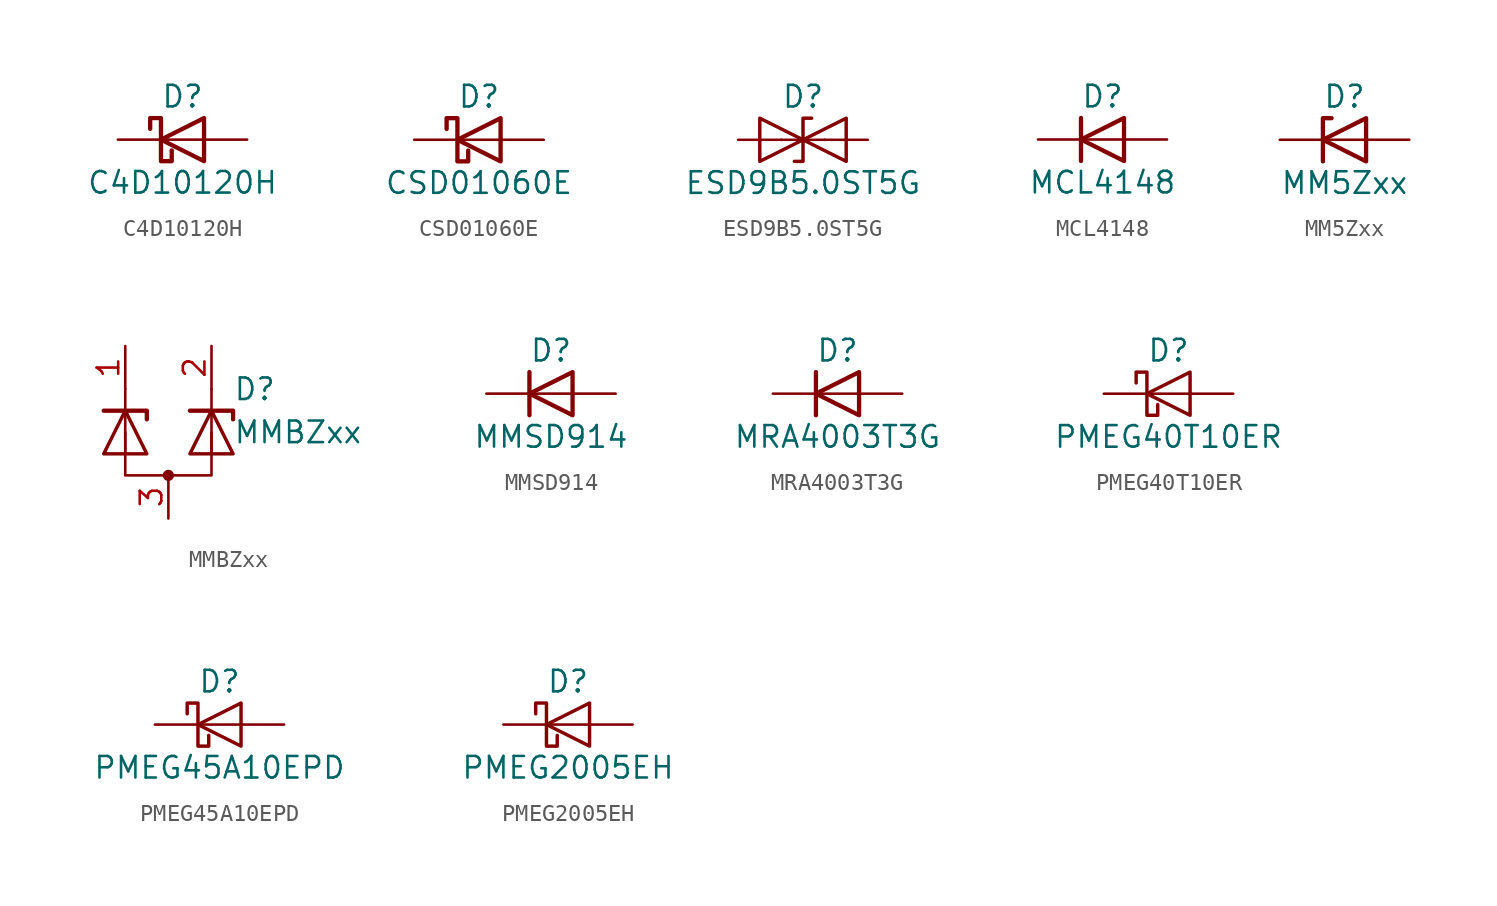
<source format=kicad_sym>
(kicad_symbol_lib
  (version 20201005)
  (generator kicad_symbol_editor)
  (symbol "Diode:C4D10120H"
    (pin_numbers hide)
    (pin_names
      (offset 1.016) hide)
    (property "Reference" "D"
      (at 0 2.54 0)
      (effects (font (size 1.27 1.27))))
    (property "Value" "C4D10120H"
      (at 0 -2.54 0)
      (effects (font (size 1.27 1.27))))
    (symbol "C4D10120H_0_1"
      (polyline (pts (xy 1.27 0) (xy -1.27 0)) (stroke (width 0)) (fill (type none)))
      (polyline (pts (xy 1.27 1.27) (xy 1.27 -1.27) (xy -1.27 0) (xy 1.27 1.27)) (stroke (width 0.254)) (fill (type none)))
      (polyline (pts (xy -1.905 0.635) (xy -1.905 1.27) (xy -1.27 1.27) (xy -1.27 -1.27) (xy -0.635 -1.27) (xy -0.635 -0.635)) (stroke (width 0.254)) (fill (type none))))
    (symbol "C4D10120H_1_1"
      (pin passive line (at -3.81 0 0) (length 2.54) (name "K" (effects (font (size 1.27 1.27)))) (number "1" (effects (font (size 1.27 1.27)))))
      (pin passive line (at 3.81 0 180) (length 2.54) (name "A" (effects (font (size 1.27 1.27)))) (number "2" (effects (font (size 1.27 1.27)))))))
  (symbol "Diode:CSD01060E"
    (pin_numbers hide)
    (pin_names
      (offset 1.016) hide)
    (property "Reference" "D"
      (at 0 2.54 0)
      (effects (font (size 1.27 1.27))))
    (property "Value" "CSD01060E"
      (at 0 -2.54 0)
      (effects (font (size 1.27 1.27))))
    (symbol "CSD01060E_0_1"
      (polyline (pts (xy 1.27 0) (xy -1.27 0)) (stroke (width 0)) (fill (type none)))
      (polyline (pts (xy 1.27 1.27) (xy 1.27 -1.27) (xy -1.27 0) (xy 1.27 1.27)) (stroke (width 0.254)) (fill (type none)))
      (polyline (pts (xy -1.905 0.635) (xy -1.905 1.27) (xy -1.27 1.27) (xy -1.27 -1.27) (xy -0.635 -1.27) (xy -0.635 -0.635)) (stroke (width 0.254)) (fill (type none))))
    (symbol "CSD01060E_1_1"
      (pin passive line (at -3.81 0 0) (length 2.54) (name "K" (effects (font (size 1.27 1.27)))) (number "1" (effects (font (size 1.27 1.27)))))
      (pin passive line (at 3.81 0 180) (length 2.54) (name "A" (effects (font (size 1.27 1.27)))) (number "2" (effects (font (size 1.27 1.27)))))))
  (symbol "Diode:ESD9B5.0ST5G"
    (pin_numbers hide)
    (pin_names
      (offset 1.016) hide)
    (property "Reference" "D"
      (at 0 2.54 0)
      (effects (font (size 1.27 1.27))))
    (property "Value" "ESD9B5.0ST5G"
      (at 0 -2.54 0)
      (effects (font (size 1.27 1.27))))
    (symbol "ESD9B5.0ST5G_0_1"
      (polyline (pts (xy 1.27 0) (xy -1.27 0)) (stroke (width 0)) (fill (type none)))
      (polyline (pts (xy -2.54 -1.27) (xy 0 0) (xy -2.54 1.27) (xy -2.54 -1.27)) (stroke (width 0.203)) (fill (type none)))
      (polyline (pts (xy 0.508 1.27) (xy 0 1.27) (xy 0 -1.27) (xy -0.508 -1.27)) (stroke (width 0.203)) (fill (type none)))
      (polyline (pts (xy 2.54 1.27) (xy 2.54 -1.27) (xy 0 0) (xy 2.54 1.27)) (stroke (width 0.203)) (fill (type none))))
    (symbol "ESD9B5.0ST5G_1_1"
      (pin passive line (at -3.81 0 0) (length 2.54) (name "A1" (effects (font (size 1.27 1.27)))) (number "1" (effects (font (size 1.27 1.27)))))
      (pin passive line (at 3.81 0 180) (length 2.54) (name "A2" (effects (font (size 1.27 1.27)))) (number "2" (effects (font (size 1.27 1.27)))))))
  (symbol "Diode:MCL4148"
    (pin_numbers hide)
    (pin_names hide)
    (property "Reference" "D"
      (at 0 2.54 0)
      (effects (font (size 1.27 1.27))))
    (property "Value" "MCL4148"
      (at 0 -2.54 0)
      (effects (font (size 1.27 1.27))))
    (symbol "MCL4148_0_1"
      (polyline (pts (xy -1.27 1.27) (xy -1.27 -1.27)) (stroke (width 0.254)) (fill (type none)))
      (polyline (pts (xy 1.27 0) (xy -1.27 0)) (stroke (width 0)) (fill (type none)))
      (polyline (pts (xy 1.27 1.27) (xy 1.27 -1.27) (xy -1.27 0) (xy 1.27 1.27)) (stroke (width 0.254)) (fill (type none))))
    (symbol "MCL4148_1_1"
      (pin passive line (at -3.81 0 0) (length 2.54) (name "K" (effects (font (size 1.27 1.27)))) (number "1" (effects (font (size 1.27 1.27)))))
      (pin passive line (at 3.81 0 180) (length 2.54) (name "A" (effects (font (size 1.27 1.27)))) (number "2" (effects (font (size 1.27 1.27)))))))
  (symbol "Diode:MM5Zxx"
    (pin_numbers hide)
    (pin_names
      (offset 1.016) hide)
    (property "Reference" "D"
      (at 0 2.54 0)
      (effects (font (size 1.27 1.27))))
    (property "Value" "MM5Zxx"
      (at 0 -2.54 0)
      (effects (font (size 1.27 1.27))))
    (symbol "MM5Zxx_0_1"
      (polyline (pts (xy 1.27 0) (xy -1.27 0)) (stroke (width 0)) (fill (type none)))
      (polyline (pts (xy -1.27 -1.27) (xy -1.27 1.27) (xy -0.762 1.27)) (stroke (width 0.254)) (fill (type none)))
      (polyline (pts (xy 1.27 -1.27) (xy 1.27 1.27) (xy -1.27 0) (xy 1.27 -1.27)) (stroke (width 0.254)) (fill (type none))))
    (symbol "MM5Zxx_1_1"
      (pin passive line (at -3.81 0 0) (length 2.54) (name "K" (effects (font (size 1.27 1.27)))) (number "1" (effects (font (size 1.27 1.27)))))
      (pin passive line (at 3.81 0 180) (length 2.54) (name "A" (effects (font (size 1.27 1.27)))) (number "2" (effects (font (size 1.27 1.27)))))))
  (symbol "Diode:MMBZxx"
    (pin_names
      (offset 1.016) hide)
    (property "Reference" "D"
      (at 3.81 2.54 0)
      (effects (font (size 1.27 1.27)) (justify left)))
    (property "Value" "MMBZxx"
      (at 3.81 0 0)
      (effects (font (size 1.27 1.27)) (justify left)))
    (symbol "MMBZxx_0_1"
      (circle (center 0 -2.54) (radius 0.254) (stroke (width 0)) (fill (type outline)))
      (polyline (pts (xy -2.54 -1.27) (xy -2.54 2.54)) (stroke (width 0)) (fill (type none)))
      (polyline (pts (xy 2.54 -1.27) (xy 2.54 2.54)) (stroke (width 0)) (fill (type none)))
      (polyline (pts (xy -3.81 1.27) (xy -1.27 1.27) (xy -1.27 0.762)) (stroke (width 0.254)) (fill (type none)))
      (polyline (pts (xy 1.27 1.27) (xy 3.81 1.27) (xy 3.81 0.762)) (stroke (width 0.254)) (fill (type none)))
      (polyline (pts (xy -2.54 0) (xy -2.54 -2.54) (xy 2.54 -2.54) (xy 2.54 0)) (stroke (width 0)) (fill (type none))))
    (symbol "MMBZxx_1_1"
      (polyline (pts (xy -3.81 -1.27) (xy -1.27 -1.27) (xy -2.54 1.27) (xy -3.81 -1.27)) (stroke (width 0.203)) (fill (type none)))
      (polyline (pts (xy 1.27 -1.27) (xy 3.81 -1.27) (xy 2.54 1.27) (xy 1.27 -1.27)) (stroke (width 0.203)) (fill (type none)))
      (pin passive line (at -2.54 5.08 270) (length 2.54) (name "K" (effects (font (size 1.27 1.27)))) (number "1" (effects (font (size 1.27 1.27)))))
      (pin passive line (at 2.54 5.08 270) (length 2.54) (name "K" (effects (font (size 1.27 1.27)))) (number "2" (effects (font (size 1.27 1.27)))))
      (pin passive line (at 0 -5.08 90) (length 2.54) (name "A" (effects (font (size 1.27 1.27)))) (number "3" (effects (font (size 1.27 1.27)))))))
  (symbol "Diode:MMSD914"
    (pin_numbers hide)
    (pin_names
      (offset 1.016) hide)
    (property "Reference" "D"
      (at 0 2.54 0)
      (effects (font (size 1.27 1.27))))
    (property "Value" "MMSD914"
      (at 0 -2.54 0)
      (effects (font (size 1.27 1.27))))
    (symbol "MMSD914_0_1"
      (polyline (pts (xy -1.27 1.27) (xy -1.27 -1.27)) (stroke (width 0.254)) (fill (type none)))
      (polyline (pts (xy 1.27 0) (xy -1.27 0)) (stroke (width 0)) (fill (type none)))
      (polyline (pts (xy 1.27 1.27) (xy 1.27 -1.27) (xy -1.27 0) (xy 1.27 1.27)) (stroke (width 0.254)) (fill (type none))))
    (symbol "MMSD914_1_1"
      (pin passive line (at -3.81 0 0) (length 2.54) (name "K" (effects (font (size 1.27 1.27)))) (number "1" (effects (font (size 1.27 1.27)))))
      (pin passive line (at 3.81 0 180) (length 2.54) (name "A" (effects (font (size 1.27 1.27)))) (number "2" (effects (font (size 1.27 1.27)))))))
  (symbol "Diode:MRA4003T3G"
    (pin_numbers hide)
    (pin_names
      (offset 1.016) hide)
    (property "Reference" "D"
      (at 0 2.54 0)
      (effects (font (size 1.27 1.27))))
    (property "Value" "MRA4003T3G"
      (at 0 -2.54 0)
      (effects (font (size 1.27 1.27))))
    (symbol "MRA4003T3G_0_1"
      (polyline (pts (xy -1.27 1.27) (xy -1.27 -1.27)) (stroke (width 0.254)) (fill (type none)))
      (polyline (pts (xy 1.27 0) (xy -1.27 0)) (stroke (width 0)) (fill (type none)))
      (polyline (pts (xy 1.27 1.27) (xy 1.27 -1.27) (xy -1.27 0) (xy 1.27 1.27)) (stroke (width 0.254)) (fill (type none))))
    (symbol "MRA4003T3G_1_1"
      (pin passive line (at -3.81 0 0) (length 2.54) (name "K" (effects (font (size 1.27 1.27)))) (number "1" (effects (font (size 1.27 1.27)))))
      (pin passive line (at 3.81 0 180) (length 2.54) (name "A" (effects (font (size 1.27 1.27)))) (number "2" (effects (font (size 1.27 1.27)))))))
  (symbol "Diode:PMEG40T10ER"
    (pin_numbers hide)
    (pin_names hide)
    (property "Reference" "D"
      (at 0 2.54 0)
      (effects (font (size 1.27 1.27))))
    (property "Value" "PMEG40T10ER"
      (at 0 -2.54 0)
      (effects (font (size 1.27 1.27))))
    (symbol "PMEG40T10ER_0_1"
      (polyline (pts (xy 1.27 0) (xy -1.27 0)) (stroke (width 0)) (fill (type none)))
      (polyline (pts (xy 1.27 1.27) (xy 1.27 -1.27) (xy -1.27 0) (xy 1.27 1.27)) (stroke (width 0.203)) (fill (type none)))
      (polyline (pts (xy -1.905 0.635) (xy -1.905 1.27) (xy -1.27 1.27) (xy -1.27 -1.27) (xy -0.635 -1.27) (xy -0.635 -0.635)) (stroke (width 0.203)) (fill (type none))))
    (symbol "PMEG40T10ER_1_1"
      (pin passive line (at -3.81 0 0) (length 2.54) (name "K" (effects (font (size 1.27 1.27)))) (number "1" (effects (font (size 1.27 1.27)))))
      (pin passive line (at 3.81 0 180) (length 2.54) (name "A" (effects (font (size 1.27 1.27)))) (number "2" (effects (font (size 1.27 1.27)))))))
  (symbol "Diode:PMEG45A10EPD"
    (pin_numbers hide)
    (pin_names hide)
    (property "Reference" "D"
      (at 0 2.54 0)
      (effects (font (size 1.27 1.27))))
    (property "Value" "PMEG45A10EPD"
      (at 0 -2.54 0)
      (effects (font (size 1.27 1.27))))
    (symbol "PMEG45A10EPD_0_1"
      (polyline (pts (xy 1.27 0) (xy -1.27 0)) (stroke (width 0)) (fill (type none)))
      (polyline (pts (xy 1.27 1.27) (xy 1.27 -1.27) (xy -1.27 0) (xy 1.27 1.27)) (stroke (width 0.203)) (fill (type none)))
      (polyline (pts (xy -1.905 0.635) (xy -1.905 1.27) (xy -1.27 1.27) (xy -1.27 -1.27) (xy -0.635 -1.27) (xy -0.635 -0.635)) (stroke (width 0.203)) (fill (type none))))
    (symbol "PMEG45A10EPD_1_1"
      (pin passive line (at 3.81 0 180) (length 2.54) (name "A" (effects (font (size 1.27 1.27)))) (number "1" (effects (font (size 1.27 1.27)))))
      (pin passive line (at 3.81 0 180) (length 2.54) hide (name "A" (effects (font (size 1.27 1.27)))) (number "2" (effects (font (size 1.27 1.27)))))
      (pin passive line (at -3.81 0 0) (length 2.54) (name "K" (effects (font (size 1.27 1.27)))) (number "3" (effects (font (size 1.27 1.27)))))))
  (symbol "Diode:PMEG2005EH"
    (pin_numbers hide)
    (pin_names hide)
    (property "Reference" "D"
      (at 0 2.54 0)
      (effects (font (size 1.27 1.27))))
    (property "Value" "PMEG2005EH"
      (at 0 -2.54 0)
      (effects (font (size 1.27 1.27))))
    (symbol "PMEG2005EH_0_1"
      (polyline (pts (xy 1.27 0) (xy -1.27 0)) (stroke (width 0)) (fill (type none)))
      (polyline (pts (xy 1.27 1.27) (xy 1.27 -1.27) (xy -1.27 0) (xy 1.27 1.27)) (stroke (width 0.203)) (fill (type none)))
      (polyline (pts (xy -1.905 0.635) (xy -1.905 1.27) (xy -1.27 1.27) (xy -1.27 -1.27) (xy -0.635 -1.27) (xy -0.635 -0.635)) (stroke (width 0.203)) (fill (type none))))
    (symbol "PMEG2005EH_1_1"
      (pin passive line (at -3.81 0 0) (length 2.54) (name "K" (effects (font (size 1.27 1.27)))) (number "1" (effects (font (size 1.27 1.27)))))
      (pin passive line (at 3.81 0 180) (length 2.54) (name "A" (effects (font (size 1.27 1.27)))) (number "2" (effects (font (size 1.27 1.27))))))))
</source>
